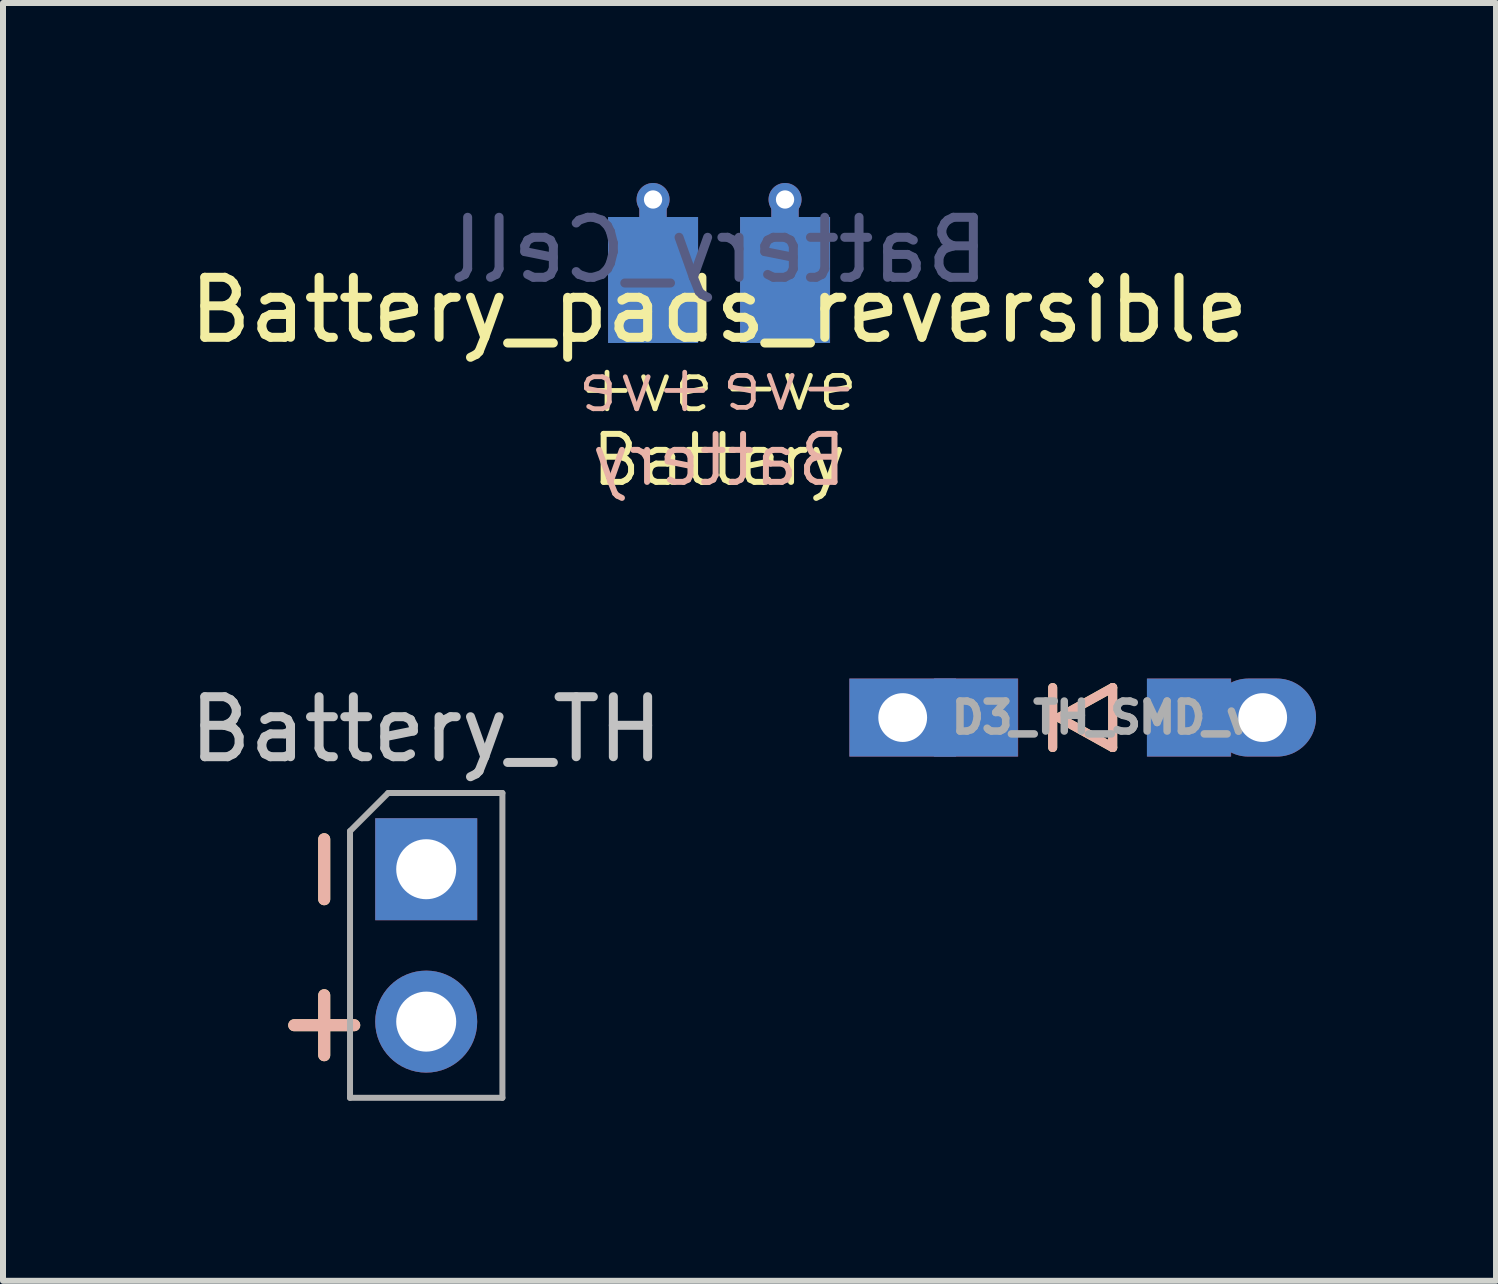
<source format=kicad_pcb>
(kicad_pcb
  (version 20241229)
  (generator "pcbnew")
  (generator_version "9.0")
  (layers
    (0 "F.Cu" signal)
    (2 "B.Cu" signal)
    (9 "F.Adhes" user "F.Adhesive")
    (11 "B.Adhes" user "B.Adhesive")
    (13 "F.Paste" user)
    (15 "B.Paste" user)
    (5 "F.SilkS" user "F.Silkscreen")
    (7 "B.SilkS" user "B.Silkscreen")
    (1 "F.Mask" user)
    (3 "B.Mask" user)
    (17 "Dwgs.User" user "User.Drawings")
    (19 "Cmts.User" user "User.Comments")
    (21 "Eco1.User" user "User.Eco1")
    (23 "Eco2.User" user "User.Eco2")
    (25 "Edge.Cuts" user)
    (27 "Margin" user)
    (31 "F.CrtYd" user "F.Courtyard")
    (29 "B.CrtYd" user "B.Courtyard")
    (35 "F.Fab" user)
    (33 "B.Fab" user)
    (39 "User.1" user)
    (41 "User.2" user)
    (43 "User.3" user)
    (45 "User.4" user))
  (footprint "Battery_pads_reversible"
    (layer "F.Cu")
    (at 8.935 1.617)
    (property "Reference" "Battery_pads_reversible" (at 0 0.5 180) (layer "F.SilkS") (effects (font (size 1 1) (thickness 0.15))))
    (fp_poly (pts (xy -0.401 -1) (xy -0.401 1) (xy -1.801 1) (xy -1.801 -1)) (stroke (width 0.1) (type solid)) (fill yes) (layer "F.Mask"))
    (fp_poly (pts (xy 1.8 -1) (xy 1.8 1) (xy 0.4 1) (xy 0.4 -1)) (stroke (width 0.1) (type solid)) (fill yes) (layer "F.Mask"))
    (fp_poly (pts (xy -1.8 -1) (xy -1.8 1) (xy -0.4 1) (xy -0.4 -1)) (stroke (width 0.1) (type solid)) (fill yes) (layer "B.Mask"))
    (fp_poly (pts (xy 0.4 -1) (xy 0.4 1) (xy 1.8 1) (xy 1.8 -1)) (stroke (width 0.1) (type solid)) (fill yes) (layer "B.Mask"))
    (fp_text user "-ve" (at 1.18 1.757 180) (layer "F.SilkS") (effects (font (size 0.8 0.8) (thickness 0.08))))
    (fp_text user "Battery" (at 0 3 180) (layer "F.SilkS") (effects (font (size 0.8 0.8) (thickness 0.1))))
    (fp_text user "+ve" (at -1.22 1.78 180) (layer "F.SilkS") (effects (font (size 0.8 0.8) (thickness 0.08))))
    (fp_text user "-ve" (at 1.18 1.757 180) (layer "B.SilkS") (effects (font (size 0.8 0.8) (thickness 0.08)) (justify mirror)))
    (fp_text user "+ve" (at -1.22 1.78 180) (layer "B.SilkS") (effects (font (size 0.8 0.8) (thickness 0.08)) (justify mirror)))
    (fp_text user "Battery" (at 0 3 180) (layer "B.SilkS") (effects (font (size 0.8 0.8) (thickness 0.1)) (justify mirror)))
    (fp_text user "Battery_Cell" (at 0 -0.5 180) (layer "B.Fab") (effects (font (size 1 1) (thickness 0.15)) (justify mirror)))
    (pad "1" thru_hole circle (at -1.1 -1.342) (size 0.55 0.55) (drill 0.305) (layers "*.Cu"))
    (pad "1" smd custom (at -1.1 0 180) (size 1.5 2.1) (layers "F.Cu") (options (anchor rect)) (primitives (gr_poly (pts (xy 0.179 1.335) (xy -0.177 1.335) (xy -0.177 0.762) (xy 0.179 0.762)) (width 0.1) (fill yes))))
    (pad "1" smd custom (at -1.1 0) (size 1.5 2.1) (layers "B.Cu") (options (anchor rect)) (primitives (gr_poly (pts (xy 0.177 -0.762) (xy -0.179 -0.762) (xy -0.179 -1.335) (xy 0.177 -1.335)) (width 0.1) (fill yes))))
    (pad "2" thru_hole circle (at 1.1 -1.342) (size 0.55 0.55) (drill 0.305) (layers "*.Cu"))
    (pad "2" smd custom (at 1.1 0 180) (size 1.5 2.1) (layers "F.Cu") (options (anchor rect)) (primitives (gr_poly (pts (xy 0.179 1.335) (xy -0.177 1.335) (xy -0.177 0.762) (xy 0.179 0.762)) (width 0.1) (fill yes))))
    (pad "2" smd custom (at 1.1 0) (size 1.5 2.1) (layers "B.Cu") (options (anchor rect)) (primitives (gr_poly (pts (xy 0.177 -0.762) (xy -0.179 -0.762) (xy -0.179 -1.335) (xy 0.177 -1.335)) (width 0.1) (fill yes)))))
  (footprint "D3_TH_SMD_v2"
    (layer "F.Cu")
    (at 14.996 8.91)
    (property "Reference" "D3_TH_SMD_v2" (at 0.55 0 180) (layer "F.Fab") (effects (font (size 0.5 0.5) (thickness 0.125))))
    (attr through_hole)
    (fp_line (start -0.5 -0.5) (end -0.5 0.5) (stroke (width 0.15) (type solid)) (layer "F.SilkS"))
    (fp_line (start -0.4 0) (end 0.5 -0.5) (stroke (width 0.15) (type solid)) (layer "F.SilkS"))
    (fp_line (start 0.5 -0.5) (end 0.5 0.5) (stroke (width 0.15) (type solid)) (layer "F.SilkS"))
    (fp_line (start 0.5 0.5) (end -0.4 0) (stroke (width 0.15) (type solid)) (layer "F.SilkS"))
    (fp_line (start -0.5 0.5) (end -0.5 -0.5) (stroke (width 0.15) (type solid)) (layer "B.SilkS"))
    (fp_line (start -0.4 0) (end 0.5 0.5) (stroke (width 0.15) (type solid)) (layer "B.SilkS"))
    (fp_line (start 0.5 -0.5) (end -0.4 0) (stroke (width 0.15) (type solid)) (layer "B.SilkS"))
    (fp_line (start 0.5 0.5) (end 0.5 -0.5) (stroke (width 0.15) (type solid)) (layer "B.SilkS"))
    (pad "1" thru_hole rect (at -3 0) (size 1.778 1.3) (drill 0.813) (layers "*.Cu" "*.Mask"))
    (pad "1" smd rect (at -1.78 0 180) (size 1.4 1.3) (layers "B.Cu" "B.Mask"))
    (pad "1" smd rect (at -1.775 0 180) (size 1.4 1.3) (layers "F.Cu" "F.Mask"))
    (pad "2" smd rect (at 1.77 0 180) (size 1.4 1.3) (layers "B.Cu" "B.Mask"))
    (pad "2" smd rect (at 1.775 0 180) (size 1.4 1.3) (layers "F.Cu" "F.Mask"))
    (pad "2" thru_hole oval (at 3 0) (size 1.778 1.3) (drill 0.813) (layers "*.Cu" "*.Mask")))
  (footprint "Battery_TH"
    (layer "F.Cu")
    (at 4.054 11.438)
    (property "Reference" "Battery_TH" (at 0 -2.33 180) (layer "Dwgs.User") (effects (font (size 1 1) (thickness 0.15))))
    (attr through_hole)
    (fp_line (start -2.2 2.6) (end -1.2 2.6) (stroke (width 0.2) (type solid)) (layer "F.SilkS"))
    (fp_line (start -1.7 -0.5) (end -1.7 0.5) (stroke (width 0.2) (type solid)) (layer "F.SilkS"))
    (fp_line (start -1.7 2.1) (end -1.7 3.1) (stroke (width 0.2) (type solid)) (layer "F.SilkS"))
    (fp_line (start -1.7 0.5) (end -1.7 -0.5) (stroke (width 0.2) (type solid)) (layer "B.SilkS"))
    (fp_line (start -1.7 2.1) (end -1.7 3.1) (stroke (width 0.2) (type solid)) (layer "B.SilkS"))
    (fp_line (start -1.2 2.6) (end -2.2 2.6) (stroke (width 0.2) (type solid)) (layer "B.SilkS"))
    (fp_line (start -1.27 -0.635) (end -0.635 -1.27) (stroke (width 0.1) (type solid)) (layer "F.Fab"))
    (fp_line (start -1.27 3.81) (end -1.27 -0.635) (stroke (width 0.1) (type solid)) (layer "F.Fab"))
    (fp_line (start -0.635 -1.27) (end 1.27 -1.27) (stroke (width 0.1) (type solid)) (layer "F.Fab"))
    (fp_line (start 1.27 -1.27) (end 1.27 3.81) (stroke (width 0.1) (type solid)) (layer "F.Fab"))
    (fp_line (start 1.27 3.81) (end -1.27 3.81) (stroke (width 0.1) (type solid)) (layer "F.Fab"))
    (pad "1" thru_hole rect (at 0 0) (size 1.7 1.7) (drill 1) (layers "*.Cu" "*.Mask"))
    (pad "2" thru_hole oval (at 0 2.54) (size 1.7 1.7) (drill 1) (layers "*.Cu" "*.Mask")))
  (gr_rect
    (start -3 -3)
    (end 21.885 18.298)
    (stroke (width 0.1) (type default))
    (fill no)
    (layer "Edge.Cuts")))
</source>
